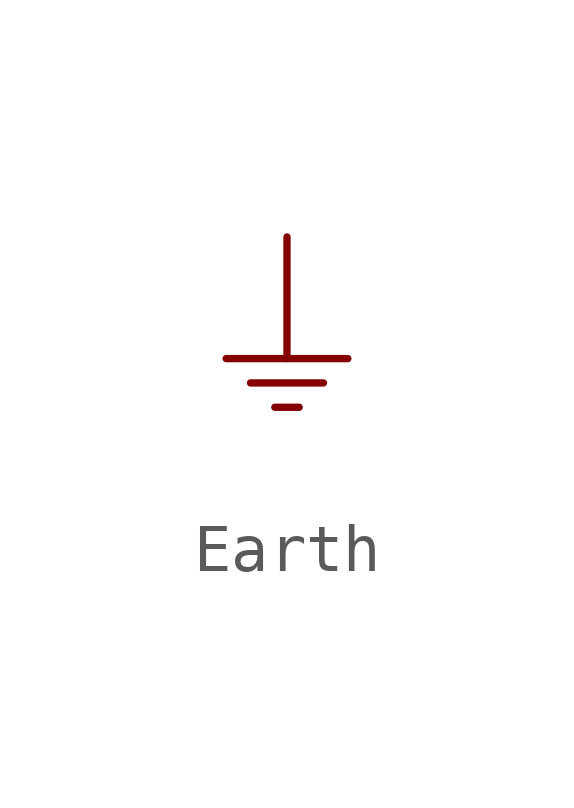
<source format=kicad_sym>
(kicad_symbol_lib
  (version 20231120)
  (generator "kicad_symbol_editor")
  (generator_version "8.0")
  (symbol "Earth"
    (power)
    (pin_numbers hide)
    (pin_names
      (offset 0) hide)
    (property "Reference" "#PWR"
      (at -0.254 -2.794 0)
      (effects (font (size 1.27 1.27)) (hide yes)))
    (property "Footprint" ""
      (at 0 2.54 0)
      (effects (font (size 1.524 1.524))))
    (property "Datasheet" ""
      (at -0.508 -2.286 0)
      (effects (font (size 1.524 1.524))))
    (symbol "Earth_0_1"
      (polyline (pts (xy -0.762 -0.508) (xy 0.762 -0.508)) (stroke (width 0) (type default)) (fill (type none)))
      (polyline (pts (xy -0.254 -1.016) (xy 0.254 -1.016)) (stroke (width 0) (type default)) (fill (type none)))
      (polyline (pts (xy 0 0) (xy 1.27 0)) (stroke (width 0) (type default)) (fill (type none)))
      (polyline (pts (xy 0 2.54) (xy 0 0) (xy -1.27 0)) (stroke (width 0) (type default)) (fill (type none))))
    (symbol "Earth_1_1"
      (pin power_in line (at 0 2.54 90) (length 0) hide (name "Earth" (effects (font (size 1.27 1.27)))) (number "1" (effects (font (size 1.27 1.27))))))))
</source>
